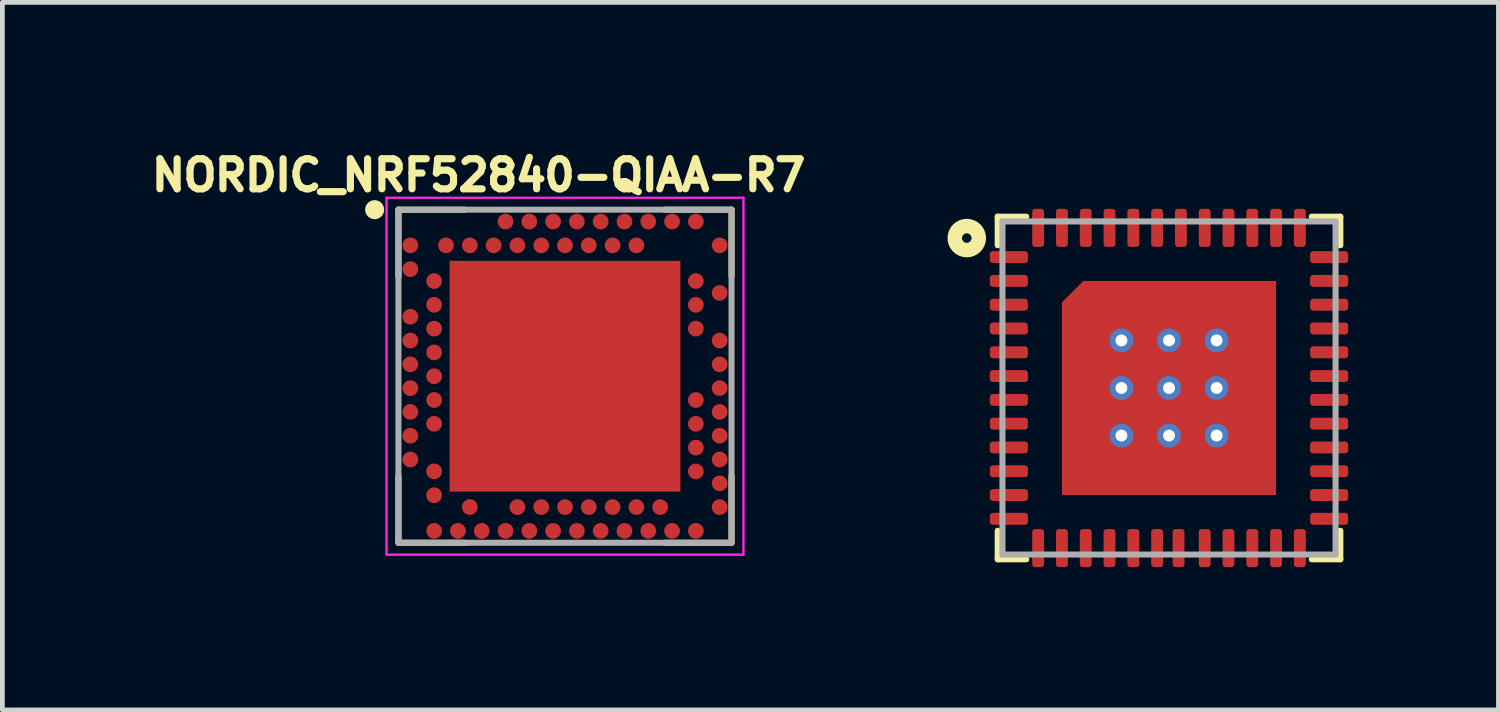
<source format=kicad_pcb>
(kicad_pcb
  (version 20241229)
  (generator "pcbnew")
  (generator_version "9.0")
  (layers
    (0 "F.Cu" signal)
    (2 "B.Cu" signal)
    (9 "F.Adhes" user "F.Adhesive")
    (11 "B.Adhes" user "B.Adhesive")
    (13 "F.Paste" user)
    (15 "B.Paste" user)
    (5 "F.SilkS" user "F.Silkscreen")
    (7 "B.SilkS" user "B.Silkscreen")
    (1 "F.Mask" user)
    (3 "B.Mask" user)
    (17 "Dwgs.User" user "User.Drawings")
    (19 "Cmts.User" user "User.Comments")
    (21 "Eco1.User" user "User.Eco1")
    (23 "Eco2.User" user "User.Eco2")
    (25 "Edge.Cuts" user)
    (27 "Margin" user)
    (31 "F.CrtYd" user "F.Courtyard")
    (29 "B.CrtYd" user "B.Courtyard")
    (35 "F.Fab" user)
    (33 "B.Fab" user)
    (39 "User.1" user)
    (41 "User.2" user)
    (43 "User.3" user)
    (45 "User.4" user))
  (footprint "Pico V3 Ada"
    (layer "F.Cu")
    (at 21.516 5.103)
    (property "Reference" "Pico V3 Ada" (at -2.54 -3.998 0) (unlocked yes) (layer "User.2") (effects (font (size 0.666 0.666) (thickness 0.146)) (justify left bottom)))
    (fp_line (start -3.6 -3.6) (end -3.6 -3) (stroke (width 0.127) (type solid)) (layer "F.SilkS"))
    (fp_line (start -3.6 3) (end -3.6 3.6) (stroke (width 0.127) (type solid)) (layer "F.SilkS"))
    (fp_line (start -3.6 3.6) (end -3 3.6) (stroke (width 0.127) (type solid)) (layer "F.SilkS"))
    (fp_line (start -3 -3.6) (end -3.6 -3.6) (stroke (width 0.127) (type solid)) (layer "F.SilkS"))
    (fp_line (start 3 -3.6) (end 3.6 -3.6) (stroke (width 0.127) (type solid)) (layer "F.SilkS"))
    (fp_line (start 3.6 -3.6) (end 3.6 -3) (stroke (width 0.127) (type solid)) (layer "F.SilkS"))
    (fp_line (start 3.6 3) (end 3.6 3.6) (stroke (width 0.127) (type solid)) (layer "F.SilkS"))
    (fp_line (start 3.6 3.6) (end 3 3.6) (stroke (width 0.127) (type solid)) (layer "F.SilkS"))
    (fp_circle (center -4.25 -3.15) (end -4.15 -3.15) (stroke (width 0.305) (type solid)) (fill no) (layer "F.SilkS"))
    (fp_poly (pts (xy -1.85 -1.9) (xy -1.1 -1.9) (xy -1.1 -1.15) (xy -1.85 -1.15)) (stroke (width 0) (type solid)) (fill yes) (layer "F.Paste"))
    (fp_poly (pts (xy -1.85 -0.9) (xy -1.1 -0.9) (xy -1.1 -0.15) (xy -1.85 -0.15)) (stroke (width 0) (type solid)) (fill yes) (layer "F.Paste"))
    (fp_poly (pts (xy -1.85 0.1) (xy -1.1 0.1) (xy -1.1 0.85) (xy -1.85 0.85)) (stroke (width 0) (type solid)) (fill yes) (layer "F.Paste"))
    (fp_poly (pts (xy -1.85 1.1) (xy -1.1 1.1) (xy -1.1 1.85) (xy -1.85 1.85)) (stroke (width 0) (type solid)) (fill yes) (layer "F.Paste"))
    (fp_poly (pts (xy -0.85 -1.9) (xy -0.1 -1.9) (xy -0.1 -1.15) (xy -0.85 -1.15)) (stroke (width 0) (type solid)) (fill yes) (layer "F.Paste"))
    (fp_poly (pts (xy -0.85 -0.9) (xy -0.1 -0.9) (xy -0.1 -0.15) (xy -0.85 -0.15)) (stroke (width 0) (type solid)) (fill yes) (layer "F.Paste"))
    (fp_poly (pts (xy -0.85 0.1) (xy -0.1 0.1) (xy -0.1 0.85) (xy -0.85 0.85)) (stroke (width 0) (type solid)) (fill yes) (layer "F.Paste"))
    (fp_poly (pts (xy -0.85 1.1) (xy -0.1 1.1) (xy -0.1 1.85) (xy -0.85 1.85)) (stroke (width 0) (type solid)) (fill yes) (layer "F.Paste"))
    (fp_poly (pts (xy 0.15 -1.9) (xy 0.9 -1.9) (xy 0.9 -1.15) (xy 0.15 -1.15)) (stroke (width 0) (type solid)) (fill yes) (layer "F.Paste"))
    (fp_poly (pts (xy 0.15 -0.9) (xy 0.9 -0.9) (xy 0.9 -0.15) (xy 0.15 -0.15)) (stroke (width 0) (type solid)) (fill yes) (layer "F.Paste"))
    (fp_poly (pts (xy 0.15 0.1) (xy 0.9 0.1) (xy 0.9 0.85) (xy 0.15 0.85)) (stroke (width 0) (type solid)) (fill yes) (layer "F.Paste"))
    (fp_poly (pts (xy 0.15 1.1) (xy 0.9 1.1) (xy 0.9 1.85) (xy 0.15 1.85)) (stroke (width 0) (type solid)) (fill yes) (layer "F.Paste"))
    (fp_poly (pts (xy 1.15 -1.9) (xy 1.9 -1.9) (xy 1.9 -1.15) (xy 1.15 -1.15)) (stroke (width 0) (type solid)) (fill yes) (layer "F.Paste"))
    (fp_poly (pts (xy 1.15 -0.9) (xy 1.9 -0.9) (xy 1.9 -0.15) (xy 1.15 -0.15)) (stroke (width 0) (type solid)) (fill yes) (layer "F.Paste"))
    (fp_poly (pts (xy 1.15 0.1) (xy 1.9 0.1) (xy 1.9 0.85) (xy 1.15 0.85)) (stroke (width 0) (type solid)) (fill yes) (layer "F.Paste"))
    (fp_poly (pts (xy 1.15 1.1) (xy 1.9 1.1) (xy 1.9 1.85) (xy 1.15 1.85)) (stroke (width 0) (type solid)) (fill yes) (layer "F.Paste"))
    (fp_line (start -3.5 -3.5) (end 3.5 -3.5) (stroke (width 0.127) (type solid)) (layer "F.Fab"))
    (fp_line (start -3.5 3.5) (end -3.5 -3.5) (stroke (width 0.127) (type solid)) (layer "F.Fab"))
    (fp_line (start 3.5 -3.5) (end 3.5 3.5) (stroke (width 0.127) (type solid)) (layer "F.Fab"))
    (fp_line (start 3.5 3.5) (end -3.5 3.5) (stroke (width 0.127) (type solid)) (layer "F.Fab"))
    (pad "1" smd roundrect (at -3.365 -2.75 90) (size 0.25 0.8) (layers "F.Cu" "F.Mask" "F.Paste") (roundrect_rratio 0.25))
    (pad "2" smd roundrect (at -3.365 -2.25 90) (size 0.25 0.8) (layers "F.Cu" "F.Mask" "F.Paste") (roundrect_rratio 0.25))
    (pad "3" smd roundrect (at -3.365 -1.75 90) (size 0.25 0.8) (layers "F.Cu" "F.Mask" "F.Paste") (roundrect_rratio 0.25))
    (pad "4" smd roundrect (at -3.365 -1.25 90) (size 0.25 0.8) (layers "F.Cu" "F.Mask" "F.Paste") (roundrect_rratio 0.25))
    (pad "5" smd roundrect (at -3.365 -0.75 90) (size 0.25 0.8) (layers "F.Cu" "F.Mask" "F.Paste") (roundrect_rratio 0.25))
    (pad "6" smd roundrect (at -3.365 -0.25 90) (size 0.25 0.8) (layers "F.Cu" "F.Mask" "F.Paste") (roundrect_rratio 0.25))
    (pad "7" smd roundrect (at -3.365 0.25 90) (size 0.25 0.8) (layers "F.Cu" "F.Mask" "F.Paste") (roundrect_rratio 0.25))
    (pad "8" smd roundrect (at -3.365 0.75 90) (size 0.25 0.8) (layers "F.Cu" "F.Mask" "F.Paste") (roundrect_rratio 0.25))
    (pad "9" smd roundrect (at -3.365 1.25 90) (size 0.25 0.8) (layers "F.Cu" "F.Mask" "F.Paste") (roundrect_rratio 0.25))
    (pad "10" smd roundrect (at -3.365 1.75 90) (size 0.25 0.8) (layers "F.Cu" "F.Mask" "F.Paste") (roundrect_rratio 0.25))
    (pad "11" smd roundrect (at -3.365 2.25 90) (size 0.25 0.8) (layers "F.Cu" "F.Mask" "F.Paste") (roundrect_rratio 0.25))
    (pad "12" smd roundrect (at -3.365 2.75 90) (size 0.25 0.8) (layers "F.Cu" "F.Mask" "F.Paste") (roundrect_rratio 0.25))
    (pad "13" smd roundrect (at -2.75 3.365 180) (size 0.25 0.8) (layers "F.Cu" "F.Mask" "F.Paste") (roundrect_rratio 0.25))
    (pad "14" smd roundrect (at -2.25 3.365 180) (size 0.25 0.8) (layers "F.Cu" "F.Mask" "F.Paste") (roundrect_rratio 0.25))
    (pad "15" smd roundrect (at -1.75 3.365 180) (size 0.25 0.8) (layers "F.Cu" "F.Mask" "F.Paste") (roundrect_rratio 0.25))
    (pad "16" smd roundrect (at -1.25 3.365 180) (size 0.25 0.8) (layers "F.Cu" "F.Mask" "F.Paste") (roundrect_rratio 0.25))
    (pad "17" smd roundrect (at -0.75 3.365 180) (size 0.25 0.8) (layers "F.Cu" "F.Mask" "F.Paste") (roundrect_rratio 0.25))
    (pad "18" smd roundrect (at -0.25 3.365 180) (size 0.25 0.8) (layers "F.Cu" "F.Mask" "F.Paste") (roundrect_rratio 0.25))
    (pad "19" smd roundrect (at 0.2 3.365 180) (size 0.25 0.8) (layers "F.Cu" "F.Mask" "F.Paste") (roundrect_rratio 0.25))
    (pad "20" smd roundrect (at 0.75 3.365 180) (size 0.25 0.8) (layers "F.Cu" "F.Mask" "F.Paste") (roundrect_rratio 0.25))
    (pad "21" smd roundrect (at 1.25 3.365 180) (size 0.25 0.8) (layers "F.Cu" "F.Mask" "F.Paste") (roundrect_rratio 0.25))
    (pad "22" smd roundrect (at 1.75 3.365 180) (size 0.25 0.8) (layers "F.Cu" "F.Mask" "F.Paste") (roundrect_rratio 0.25))
    (pad "23" smd roundrect (at 2.25 3.365 180) (size 0.25 0.8) (layers "F.Cu" "F.Mask" "F.Paste") (roundrect_rratio 0.25))
    (pad "24" smd roundrect (at 2.75 3.365 180) (size 0.25 0.8) (layers "F.Cu" "F.Mask" "F.Paste") (roundrect_rratio 0.25))
    (pad "25" smd roundrect (at 3.365 2.75 270) (size 0.25 0.8) (layers "F.Cu" "F.Mask" "F.Paste") (roundrect_rratio 0.25))
    (pad "26" smd roundrect (at 3.365 2.25 270) (size 0.25 0.8) (layers "F.Cu" "F.Mask" "F.Paste") (roundrect_rratio 0.25))
    (pad "27" smd roundrect (at 3.365 1.75 270) (size 0.25 0.8) (layers "F.Cu" "F.Mask" "F.Paste") (roundrect_rratio 0.25))
    (pad "28" smd roundrect (at 3.365 1.25 270) (size 0.25 0.8) (layers "F.Cu" "F.Mask" "F.Paste") (roundrect_rratio 0.25))
    (pad "29" smd roundrect (at 3.365 0.75 270) (size 0.25 0.8) (layers "F.Cu" "F.Mask" "F.Paste") (roundrect_rratio 0.25))
    (pad "30" smd roundrect (at 3.365 0.25 270) (size 0.25 0.8) (layers "F.Cu" "F.Mask" "F.Paste") (roundrect_rratio 0.25))
    (pad "31" smd roundrect (at 3.365 -0.25 270) (size 0.25 0.8) (layers "F.Cu" "F.Mask" "F.Paste") (roundrect_rratio 0.25))
    (pad "32" smd roundrect (at 3.365 -0.75 270) (size 0.25 0.8) (layers "F.Cu" "F.Mask" "F.Paste") (roundrect_rratio 0.25))
    (pad "33" smd roundrect (at 3.365 -1.25 270) (size 0.25 0.8) (layers "F.Cu" "F.Mask" "F.Paste") (roundrect_rratio 0.25))
    (pad "34" smd roundrect (at 3.365 -1.75 270) (size 0.25 0.8) (layers "F.Cu" "F.Mask" "F.Paste") (roundrect_rratio 0.25))
    (pad "35" smd roundrect (at 3.365 -2.25 270) (size 0.25 0.8) (layers "F.Cu" "F.Mask" "F.Paste") (roundrect_rratio 0.25))
    (pad "36" smd roundrect (at 3.365 -2.75 270) (size 0.25 0.8) (layers "F.Cu" "F.Mask" "F.Paste") (roundrect_rratio 0.25))
    (pad "37" smd roundrect (at 2.75 -3.365) (size 0.25 0.8) (layers "F.Cu" "F.Mask" "F.Paste") (roundrect_rratio 0.25))
    (pad "38" smd roundrect (at 2.25 -3.365) (size 0.25 0.8) (layers "F.Cu" "F.Mask" "F.Paste") (roundrect_rratio 0.25))
    (pad "39" smd roundrect (at 1.75 -3.365) (size 0.25 0.8) (layers "F.Cu" "F.Mask" "F.Paste") (roundrect_rratio 0.25))
    (pad "40" smd roundrect (at 1.25 -3.365) (size 0.25 0.8) (layers "F.Cu" "F.Mask" "F.Paste") (roundrect_rratio 0.25))
    (pad "41" smd roundrect (at 0.75 -3.365) (size 0.25 0.8) (layers "F.Cu" "F.Mask" "F.Paste") (roundrect_rratio 0.25))
    (pad "42" smd roundrect (at 0.25 -3.365) (size 0.25 0.8) (layers "F.Cu" "F.Mask" "F.Paste") (roundrect_rratio 0.25))
    (pad "43" smd roundrect (at -0.25 -3.365) (size 0.25 0.8) (layers "F.Cu" "F.Mask" "F.Paste") (roundrect_rratio 0.25))
    (pad "44" smd roundrect (at -0.75 -3.365) (size 0.25 0.8) (layers "F.Cu" "F.Mask" "F.Paste") (roundrect_rratio 0.25))
    (pad "45" smd roundrect (at -1.25 -3.365) (size 0.25 0.8) (layers "F.Cu" "F.Mask" "F.Paste") (roundrect_rratio 0.25))
    (pad "46" smd roundrect (at -1.75 -3.365) (size 0.25 0.8) (layers "F.Cu" "F.Mask" "F.Paste") (roundrect_rratio 0.25))
    (pad "47" smd roundrect (at -2.25 -3.365) (size 0.25 0.8) (layers "F.Cu" "F.Mask" "F.Paste") (roundrect_rratio 0.25))
    (pad "48" smd roundrect (at -2.75 -3.365) (size 0.25 0.8) (layers "F.Cu" "F.Mask" "F.Paste") (roundrect_rratio 0.25))
    (pad "49" thru_hole circle (at -1 -1) (size 0.5 0.5) (drill 0.25) (layers "*.Cu" "*.Mask"))
    (pad "49" thru_hole circle (at -1 0) (size 0.5 0.5) (drill 0.25) (layers "*.Cu" "*.Mask"))
    (pad "49" thru_hole circle (at -1 1) (size 0.5 0.5) (drill 0.25) (layers "*.Cu" "*.Mask"))
    (pad "49" thru_hole circle (at 0 -1) (size 0.5 0.5) (drill 0.25) (layers "*.Cu" "*.Mask"))
    (pad "49" thru_hole circle (at 0 0) (size 0.5 0.5) (drill 0.25) (layers "*.Cu" "*.Mask"))
    (pad "49" smd roundrect (at 0 0) (size 4.5 4.5) (layers "F.Cu" "F.Mask") (roundrect_rratio 0) (chamfer_ratio 0.1) (chamfer top_left))
    (pad "49" thru_hole circle (at 0 1) (size 0.5 0.5) (drill 0.25) (layers "*.Cu" "*.Mask"))
    (pad "49" thru_hole circle (at 1 -1) (size 0.5 0.5) (drill 0.25) (layers "*.Cu" "*.Mask"))
    (pad "49" thru_hole circle (at 1 0) (size 0.5 0.5) (drill 0.25) (layers "*.Cu" "*.Mask"))
    (pad "49" thru_hole circle (at 1 1) (size 0.5 0.5) (drill 0.25) (layers "*.Cu" "*.Mask")))
  (footprint "NORDIC_NRF52840-QIAA-R7"
    (layer "F.Cu")
    (at 8.823 4.856)
    (property "Reference" "NORDIC_NRF52840-QIAA-R7" (at -1.816 -4.223 0) (layer "F.SilkS") (effects (font (size 0.632 0.632) (thickness 0.15))))
    (attr through_hole)
    (fp_line (start -3.5 -2.1) (end -3.5 -3.5) (stroke (width 0.127) (type solid)) (layer "F.SilkS"))
    (fp_line (start -3.5 2.1) (end -3.5 3.5) (stroke (width 0.127) (type solid)) (layer "F.SilkS"))
    (fp_line (start -3.5 3.5) (end -2.1 3.5) (stroke (width 0.127) (type solid)) (layer "F.SilkS"))
    (fp_line (start -2.1 -3.5) (end -3.5 -3.5) (stroke (width 0.127) (type solid)) (layer "F.SilkS"))
    (fp_line (start 2.1 3.5) (end 3.5 3.5) (stroke (width 0.127) (type solid)) (layer "F.SilkS"))
    (fp_line (start 3.5 -3.5) (end 2.1 -3.5) (stroke (width 0.127) (type solid)) (layer "F.SilkS"))
    (fp_line (start 3.5 -2.1) (end 3.5 -3.5) (stroke (width 0.127) (type solid)) (layer "F.SilkS"))
    (fp_line (start 3.5 3.5) (end 3.5 2.1) (stroke (width 0.127) (type solid)) (layer "F.SilkS"))
    (fp_circle (center -4 -3.5) (end -3.9 -3.5) (stroke (width 0.2) (type solid)) (fill no) (layer "F.SilkS"))
    (fp_poly (pts (xy -1.531 -1.53) (xy 1.53 -1.53) (xy 1.53 1.531) (xy -1.531 1.531)) (stroke (width 0.01) (type solid)) (fill yes) (layer "F.Paste"))
    (fp_line (start -3.75 -3.75) (end -3.75 3.75) (stroke (width 0.05) (type solid)) (layer "F.CrtYd"))
    (fp_line (start -3.75 3.75) (end 3.75 3.75) (stroke (width 0.05) (type solid)) (layer "F.CrtYd"))
    (fp_line (start 3.75 -3.75) (end -3.75 -3.75) (stroke (width 0.05) (type solid)) (layer "F.CrtYd"))
    (fp_line (start 3.75 3.75) (end 3.75 -3.75) (stroke (width 0.05) (type solid)) (layer "F.CrtYd"))
    (fp_line (start -3.5 -3.5) (end -3.5 3.5) (stroke (width 0.127) (type solid)) (layer "F.Fab"))
    (fp_line (start -3.5 3.5) (end 3.5 3.5) (stroke (width 0.127) (type solid)) (layer "F.Fab"))
    (fp_line (start 3.5 -3.5) (end -3.5 -3.5) (stroke (width 0.127) (type solid)) (layer "F.Fab"))
    (fp_line (start 3.5 3.5) (end 3.5 -3.5) (stroke (width 0.127) (type solid)) (layer "F.Fab"))
    (pad "A8" smd circle (at -1.25 -3.25) (size 0.33 0.33) (layers "F.Cu" "F.Mask" "F.Paste"))
    (pad "A10" smd circle (at -0.75 -3.25) (size 0.33 0.33) (layers "F.Cu" "F.Mask" "F.Paste"))
    (pad "A12" smd circle (at -0.25 -3.25) (size 0.33 0.33) (layers "F.Cu" "F.Mask" "F.Paste"))
    (pad "A14" smd circle (at 0.25 -3.25) (size 0.33 0.33) (layers "F.Cu" "F.Mask" "F.Paste"))
    (pad "A16" smd circle (at 0.75 -3.25) (size 0.33 0.33) (layers "F.Cu" "F.Mask" "F.Paste"))
    (pad "A18" smd circle (at 1.25 -3.25) (size 0.33 0.33) (layers "F.Cu" "F.Mask" "F.Paste"))
    (pad "A20" smd circle (at 1.75 -3.25) (size 0.33 0.33) (layers "F.Cu" "F.Mask" "F.Paste"))
    (pad "A22" smd circle (at 2.25 -3.25) (size 0.33 0.33) (layers "F.Cu" "F.Mask" "F.Paste"))
    (pad "A23" smd circle (at 2.75 -3.25) (size 0.33 0.33) (layers "F.Cu" "F.Mask" "F.Paste"))
    (pad "AA24" smd circle (at 3.25 2.25 90) (size 0.33 0.33) (layers "F.Cu" "F.Mask" "F.Paste"))
    (pad "AB2" smd circle (at -2.75 2.5 90) (size 0.33 0.33) (layers "F.Cu" "F.Mask" "F.Paste"))
    (pad "AC5" smd circle (at -2 2.75) (size 0.33 0.33) (layers "F.Cu" "F.Mask" "F.Paste"))
    (pad "AC9" smd circle (at -1 2.75) (size 0.33 0.33) (layers "F.Cu" "F.Mask" "F.Paste"))
    (pad "AC11" smd circle (at -0.5 2.75) (size 0.33 0.33) (layers "F.Cu" "F.Mask" "F.Paste"))
    (pad "AC13" smd circle (at 0 2.75) (size 0.33 0.33) (layers "F.Cu" "F.Mask" "F.Paste"))
    (pad "AC15" smd circle (at 0.5 2.75) (size 0.33 0.33) (layers "F.Cu" "F.Mask" "F.Paste"))
    (pad "AC17" smd circle (at 1 2.75) (size 0.33 0.33) (layers "F.Cu" "F.Mask" "F.Paste"))
    (pad "AC19" smd circle (at 1.5 2.75) (size 0.33 0.33) (layers "F.Cu" "F.Mask" "F.Paste"))
    (pad "AC21" smd circle (at 2 2.75) (size 0.33 0.33) (layers "F.Cu" "F.Mask" "F.Paste"))
    (pad "AC24" smd circle (at 3.25 2.75 90) (size 0.33 0.33) (layers "F.Cu" "F.Mask" "F.Paste"))
    (pad "AD2" smd circle (at -2.75 3.25) (size 0.33 0.33) (layers "F.Cu" "F.Mask" "F.Paste"))
    (pad "AD4" smd circle (at -2.25 3.25) (size 0.33 0.33) (layers "F.Cu" "F.Mask" "F.Paste"))
    (pad "AD6" smd circle (at -1.75 3.25) (size 0.33 0.33) (layers "F.Cu" "F.Mask" "F.Paste"))
    (pad "AD8" smd circle (at -1.25 3.25) (size 0.33 0.33) (layers "F.Cu" "F.Mask" "F.Paste"))
    (pad "AD10" smd circle (at -0.75 3.25) (size 0.33 0.33) (layers "F.Cu" "F.Mask" "F.Paste"))
    (pad "AD12" smd circle (at -0.25 3.25) (size 0.33 0.33) (layers "F.Cu" "F.Mask" "F.Paste"))
    (pad "AD14" smd circle (at 0.25 3.25) (size 0.33 0.33) (layers "F.Cu" "F.Mask" "F.Paste"))
    (pad "AD16" smd circle (at 0.75 3.25) (size 0.33 0.33) (layers "F.Cu" "F.Mask" "F.Paste"))
    (pad "AD18" smd circle (at 1.25 3.25) (size 0.33 0.33) (layers "F.Cu" "F.Mask" "F.Paste"))
    (pad "AD20" smd circle (at 1.75 3.25) (size 0.33 0.33) (layers "F.Cu" "F.Mask" "F.Paste"))
    (pad "AD22" smd circle (at 2.25 3.25) (size 0.33 0.33) (layers "F.Cu" "F.Mask" "F.Paste"))
    (pad "AD23" smd circle (at 2.75 3.25) (size 0.33 0.33) (layers "F.Cu" "F.Mask" "F.Paste"))
    (pad "B1" smd circle (at -3.25 -2.75 90) (size 0.33 0.33) (layers "F.Cu" "F.Mask" "F.Paste"))
    (pad "B3" smd circle (at -2.5 -2.75) (size 0.33 0.33) (layers "F.Cu" "F.Mask" "F.Paste"))
    (pad "B5" smd circle (at -2 -2.75) (size 0.33 0.33) (layers "F.Cu" "F.Mask" "F.Paste"))
    (pad "B7" smd circle (at -1.5 -2.75) (size 0.33 0.33) (layers "F.Cu" "F.Mask" "F.Paste"))
    (pad "B9" smd circle (at -1 -2.75) (size 0.33 0.33) (layers "F.Cu" "F.Mask" "F.Paste"))
    (pad "B11" smd circle (at -0.5 -2.75) (size 0.33 0.33) (layers "F.Cu" "F.Mask" "F.Paste"))
    (pad "B13" smd circle (at 0 -2.75) (size 0.33 0.33) (layers "F.Cu" "F.Mask" "F.Paste"))
    (pad "B15" smd circle (at 0.5 -2.75) (size 0.33 0.33) (layers "F.Cu" "F.Mask" "F.Paste"))
    (pad "B17" smd circle (at 1 -2.75) (size 0.33 0.33) (layers "F.Cu" "F.Mask" "F.Paste"))
    (pad "B19" smd circle (at 1.5 -2.75) (size 0.33 0.33) (layers "F.Cu" "F.Mask" "F.Paste"))
    (pad "B24" smd circle (at 3.25 -2.75 90) (size 0.33 0.33) (layers "F.Cu" "F.Mask" "F.Paste"))
    (pad "C1" smd circle (at -3.25 -2.25 90) (size 0.33 0.33) (layers "F.Cu" "F.Mask" "F.Paste"))
    (pad "D2" smd circle (at -2.75 -2 90) (size 0.33 0.33) (layers "F.Cu" "F.Mask" "F.Paste"))
    (pad "D23" smd circle (at 2.75 -2 90) (size 0.33 0.33) (layers "F.Cu" "F.Mask" "F.Paste"))
    (pad "E24" smd circle (at 3.25 -1.75 90) (size 0.33 0.33) (layers "F.Cu" "F.Mask" "F.Paste"))
    (pad "EXP" smd rect (at 0 0) (size 4.85 4.85) (layers "F.Cu" "F.Mask"))
    (pad "F2" smd circle (at -2.75 -1.5 90) (size 0.33 0.33) (layers "F.Cu" "F.Mask" "F.Paste"))
    (pad "F23" smd circle (at 2.75 -1.5 90) (size 0.33 0.33) (layers "F.Cu" "F.Mask" "F.Paste"))
    (pad "G1" smd circle (at -3.25 -1.25 90) (size 0.33 0.33) (layers "F.Cu" "F.Mask" "F.Paste"))
    (pad "H2" smd circle (at -2.75 -1 90) (size 0.33 0.33) (layers "F.Cu" "F.Mask" "F.Paste"))
    (pad "H23" smd circle (at 2.75 -1 90) (size 0.33 0.33) (layers "F.Cu" "F.Mask" "F.Paste"))
    (pad "J1" smd circle (at -3.25 -0.75 90) (size 0.33 0.33) (layers "F.Cu" "F.Mask" "F.Paste"))
    (pad "J24" smd circle (at 3.25 -0.75 90) (size 0.33 0.33) (layers "F.Cu" "F.Mask" "F.Paste"))
    (pad "K2" smd circle (at -2.75 -0.5 90) (size 0.33 0.33) (layers "F.Cu" "F.Mask" "F.Paste"))
    (pad "L1" smd circle (at -3.25 -0.25 90) (size 0.33 0.33) (layers "F.Cu" "F.Mask" "F.Paste"))
    (pad "L24" smd circle (at 3.25 -0.25 90) (size 0.33 0.33) (layers "F.Cu" "F.Mask" "F.Paste"))
    (pad "M2" smd circle (at -2.75 0 90) (size 0.33 0.33) (layers "F.Cu" "F.Mask" "F.Paste"))
    (pad "N1" smd circle (at -3.25 0.25 90) (size 0.33 0.33) (layers "F.Cu" "F.Mask" "F.Paste"))
    (pad "N24" smd circle (at 3.25 0.25 90) (size 0.33 0.33) (layers "F.Cu" "F.Mask" "F.Paste"))
    (pad "P2" smd circle (at -2.75 0.5 90) (size 0.33 0.33) (layers "F.Cu" "F.Mask" "F.Paste"))
    (pad "P23" smd circle (at 2.75 0.5 90) (size 0.33 0.33) (layers "F.Cu" "F.Mask" "F.Paste"))
    (pad "R1" smd circle (at -3.25 0.75 90) (size 0.33 0.33) (layers "F.Cu" "F.Mask" "F.Paste"))
    (pad "R24" smd circle (at 3.25 0.75 90) (size 0.33 0.33) (layers "F.Cu" "F.Mask" "F.Paste"))
    (pad "T2" smd circle (at -2.75 1 90) (size 0.33 0.33) (layers "F.Cu" "F.Mask" "F.Paste"))
    (pad "T23" smd circle (at 2.75 1 90) (size 0.33 0.33) (layers "F.Cu" "F.Mask" "F.Paste"))
    (pad "U1" smd circle (at -3.25 1.25 90) (size 0.33 0.33) (layers "F.Cu" "F.Mask" "F.Paste"))
    (pad "U24" smd circle (at 3.25 1.25 90) (size 0.33 0.33) (layers "F.Cu" "F.Mask" "F.Paste"))
    (pad "V23" smd circle (at 2.75 1.5 90) (size 0.33 0.33) (layers "F.Cu" "F.Mask" "F.Paste"))
    (pad "W1" smd circle (at -3.25 1.75 90) (size 0.33 0.33) (layers "F.Cu" "F.Mask" "F.Paste"))
    (pad "W24" smd circle (at 3.25 1.75 90) (size 0.33 0.33) (layers "F.Cu" "F.Mask" "F.Paste"))
    (pad "Y2" smd circle (at -2.75 2 90) (size 0.33 0.33) (layers "F.Cu" "F.Mask" "F.Paste"))
    (pad "Y23" smd circle (at 2.75 2 90) (size 0.33 0.33) (layers "F.Cu" "F.Mask" "F.Paste")))
  (gr_rect
    (start -3 -3)
    (end 28.439 11.868)
    (stroke (width 0.1) (type default))
    (fill no)
    (layer "Edge.Cuts")))
</source>
